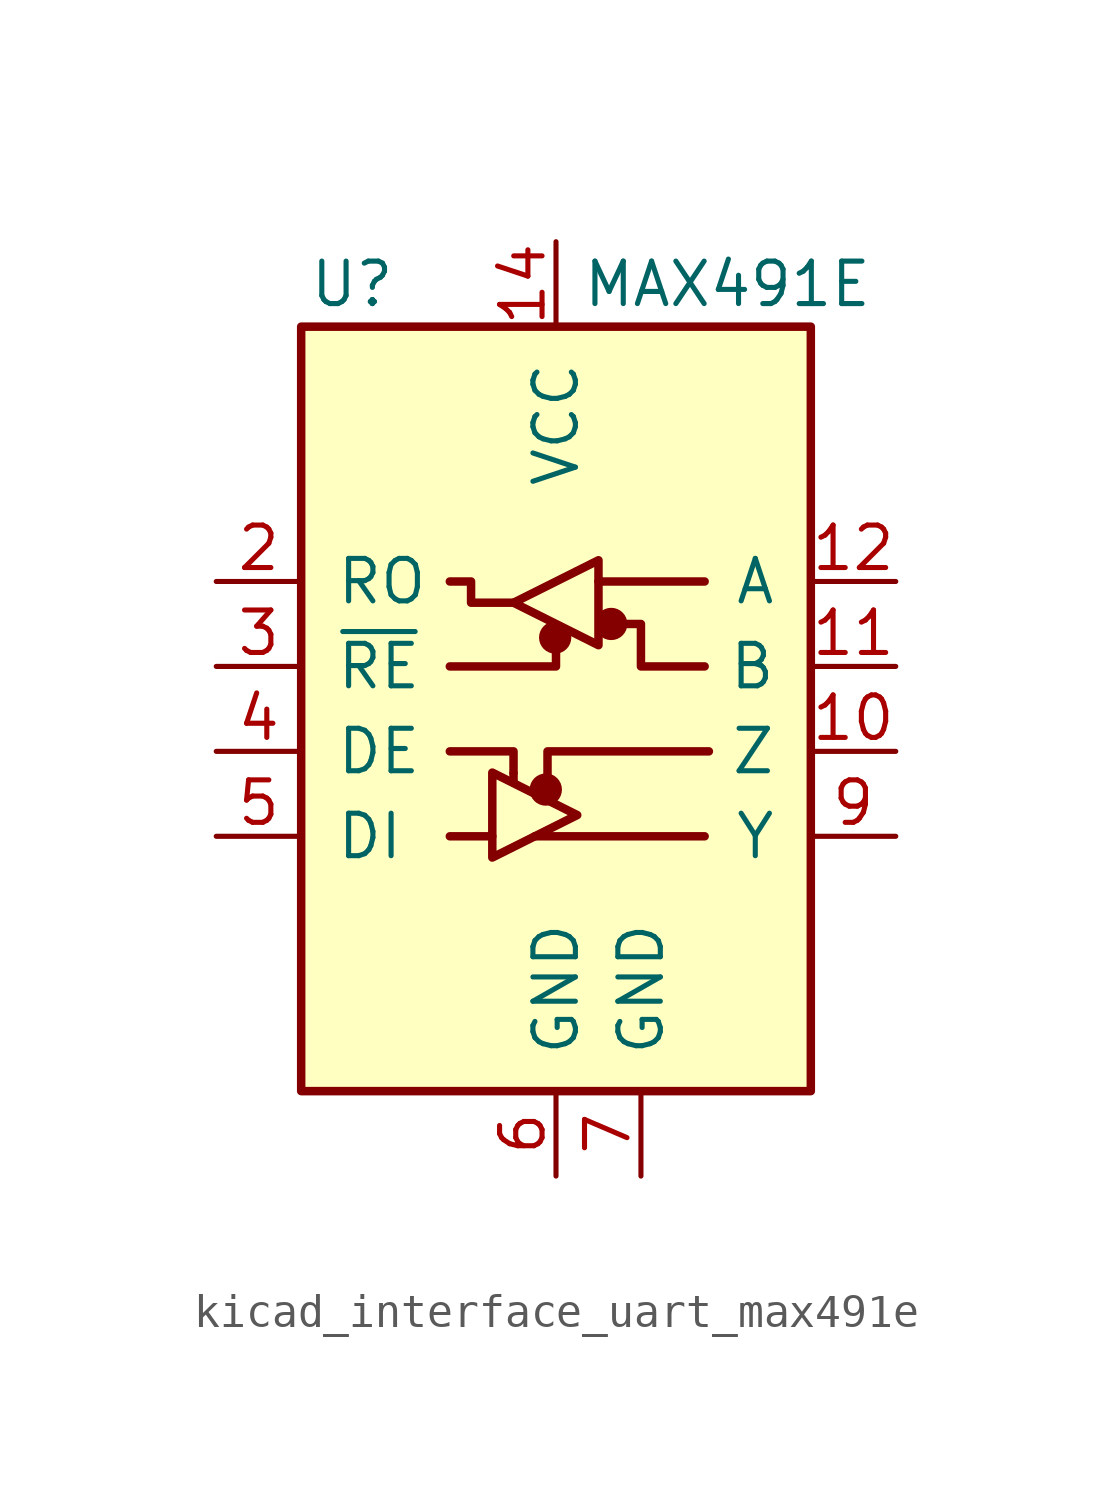
<source format=kicad_sym>
(kicad_symbol_lib
  (version 20220914)
  (generator kicad_symbol_editor)
  (symbol "kicad_interface_uart_max491e"
    (pin_names
      (offset 1.016))
    (property "Reference" "U"
      (at -6.096 11.43 0)
      (effects (font (size 1.27 1.27))))
    (property "Value" "MAX491E"
      (at 0.762 11.43 0)
      (effects (font (size 1.27 1.27)) (justify left)))
    (symbol "kicad_interface_uart_max491e_0_1"
      (rectangle (start -7.62 10.16) (end 7.62 -12.7) (stroke (width 0.254) (type default)) (fill (type background)))
      (circle (center -0.305 -3.683) (radius 0.356) (stroke (width 0.254) (type default)) (fill (type outline)))
      (circle (center -0.025 0.864) (radius 0.356) (stroke (width 0.254) (type default)) (fill (type outline)))
      (polyline (pts (xy -3.175 -5.08) (xy -1.905 -5.08)) (stroke (width 0.254) (type default)) (fill (type none)))
      (polyline (pts (xy -1.27 -3.2) (xy -1.27 -3.454)) (stroke (width 0.254) (type default)) (fill (type none)))
      (polyline (pts (xy -0.635 -5.08) (xy 4.445 -5.08)) (stroke (width 0.254) (type default)) (fill (type none)))
      (polyline (pts (xy 1.27 2.54) (xy 4.445 2.54)) (stroke (width 0.254) (type default)) (fill (type none)))
      (polyline (pts (xy -3.175 -2.54) (xy -1.27 -2.54) (xy -1.27 -3.175)) (stroke (width 0.254) (type default)) (fill (type none)))
      (polyline (pts (xy -0.254 -3.556) (xy -0.254 -2.54) (xy 4.572 -2.54)) (stroke (width 0.254) (type default)) (fill (type none)))
      (polyline (pts (xy 0 0.635) (xy 0 0) (xy -3.175 0)) (stroke (width 0.254) (type default)) (fill (type none)))
      (polyline (pts (xy -1.905 -3.175) (xy -1.905 -5.715) (xy 0.635 -4.445) (xy -1.905 -3.175)) (stroke (width 0.254) (type default)) (fill (type none)))
      (polyline (pts (xy -1.27 1.905) (xy -2.54 1.905) (xy -2.54 2.54) (xy -3.175 2.54)) (stroke (width 0.254) (type default)) (fill (type none)))
      (polyline (pts (xy -1.27 1.905) (xy 1.27 3.175) (xy 1.27 0.635) (xy -1.27 1.905)) (stroke (width 0.254) (type default)) (fill (type none)))
      (polyline (pts (xy 1.905 1.27) (xy 2.54 1.27) (xy 2.54 0) (xy 4.445 0)) (stroke (width 0.254) (type default)) (fill (type none)))
      (circle (center 1.651 1.27) (radius 0.356) (stroke (width 0.254) (type default)) (fill (type outline))))
    (symbol "kicad_interface_uart_max491e_1_1"
      (pin no_connect line (at -7.62 7.62 0) (length 2.54) hide (name "NC" (effects (font (size 1.27 1.27)))) (number "1" (effects (font (size 1.27 1.27)))))
      (pin output line (at 10.16 -2.54 180) (length 2.54) (name "Z" (effects (font (size 1.27 1.27)))) (number "10" (effects (font (size 1.27 1.27)))))
      (pin input line (at 10.16 0 180) (length 2.54) (name "B" (effects (font (size 1.27 1.27)))) (number "11" (effects (font (size 1.27 1.27)))))
      (pin input line (at 10.16 2.54 180) (length 2.54) (name "A" (effects (font (size 1.27 1.27)))) (number "12" (effects (font (size 1.27 1.27)))))
      (pin no_connect line (at 7.62 7.62 180) (length 2.54) hide (name "NC" (effects (font (size 1.27 1.27)))) (number "13" (effects (font (size 1.27 1.27)))))
      (pin power_in line (at 0 12.7 270) (length 2.54) (name "VCC" (effects (font (size 1.27 1.27)))) (number "14" (effects (font (size 1.27 1.27)))))
      (pin output line (at -10.16 2.54 0) (length 2.54) (name "RO" (effects (font (size 1.27 1.27)))) (number "2" (effects (font (size 1.27 1.27)))))
      (pin input line (at -10.16 0 0) (length 2.54) (name "~{RE}" (effects (font (size 1.27 1.27)))) (number "3" (effects (font (size 1.27 1.27)))))
      (pin input line (at -10.16 -2.54 0) (length 2.54) (name "DE" (effects (font (size 1.27 1.27)))) (number "4" (effects (font (size 1.27 1.27)))))
      (pin input line (at -10.16 -5.08 0) (length 2.54) (name "DI" (effects (font (size 1.27 1.27)))) (number "5" (effects (font (size 1.27 1.27)))))
      (pin power_in line (at 0 -15.24 90) (length 2.54) (name "GND" (effects (font (size 1.27 1.27)))) (number "6" (effects (font (size 1.27 1.27)))))
      (pin power_in line (at 2.54 -15.24 90) (length 2.54) (name "GND" (effects (font (size 1.27 1.27)))) (number "7" (effects (font (size 1.27 1.27)))))
      (pin no_connect line (at 7.62 -10.16 180) (length 2.54) hide (name "NC" (effects (font (size 1.27 1.27)))) (number "8" (effects (font (size 1.27 1.27)))))
      (pin output line (at 10.16 -5.08 180) (length 2.54) (name "Y" (effects (font (size 1.27 1.27)))) (number "9" (effects (font (size 1.27 1.27))))))))
</source>
